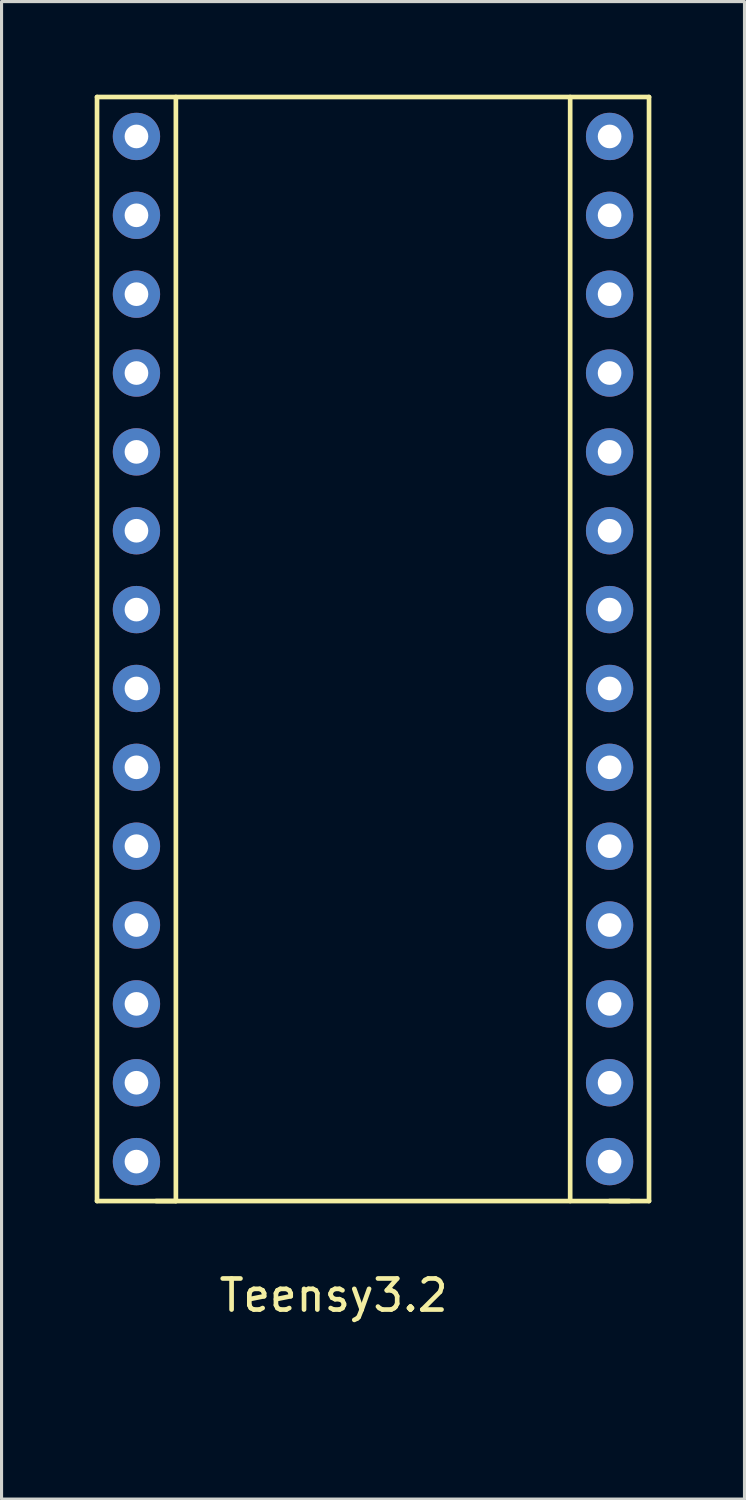
<source format=kicad_pcb>
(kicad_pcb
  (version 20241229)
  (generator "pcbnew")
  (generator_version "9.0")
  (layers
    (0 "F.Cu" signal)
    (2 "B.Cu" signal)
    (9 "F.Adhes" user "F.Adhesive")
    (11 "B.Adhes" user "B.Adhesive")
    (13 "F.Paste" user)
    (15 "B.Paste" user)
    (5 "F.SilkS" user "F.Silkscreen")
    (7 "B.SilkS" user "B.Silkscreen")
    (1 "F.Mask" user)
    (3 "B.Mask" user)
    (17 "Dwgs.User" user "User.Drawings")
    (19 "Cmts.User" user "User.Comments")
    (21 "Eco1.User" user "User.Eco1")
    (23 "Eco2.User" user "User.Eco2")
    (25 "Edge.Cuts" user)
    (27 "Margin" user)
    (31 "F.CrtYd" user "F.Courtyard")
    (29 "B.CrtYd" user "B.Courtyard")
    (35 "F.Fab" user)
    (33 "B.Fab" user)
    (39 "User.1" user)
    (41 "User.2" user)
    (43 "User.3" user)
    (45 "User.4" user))
  (footprint "Teensy3.2"
    (layer "F.Cu")
    (at 8.965 41.985)
    (property "Reference" "Teensy3.2" (at -1.27 -3.31 0) (layer "F.SilkS") (effects (font (size 1 1) (thickness 0.15))))
    (attr through_hole)
    (fp_line (start -8.89 -41.91) (end 8.89 -41.91) (stroke (width 0.15) (type solid)) (layer "F.SilkS"))
    (fp_line (start -8.89 -6.35) (end -8.89 -41.91) (stroke (width 0.15) (type solid)) (layer "F.SilkS"))
    (fp_line (start -6.35 -41.91) (end -6.35 -6.35) (stroke (width 0.15) (type solid)) (layer "F.SilkS"))
    (fp_line (start -6.35 -6.35) (end -6.985 -6.35) (stroke (width 0.15) (type solid)) (layer "F.SilkS"))
    (fp_line (start 6.35 -6.35) (end 6.35 -41.91) (stroke (width 0.15) (type solid)) (layer "F.SilkS"))
    (fp_line (start 8.255 -6.35) (end -8.89 -6.35) (stroke (width 0.15) (type solid)) (layer "F.SilkS"))
    (fp_line (start 8.89 -41.91) (end 8.89 -6.35) (stroke (width 0.15) (type solid)) (layer "F.SilkS"))
    (fp_line (start 8.89 -6.35) (end 7.62 -6.35) (stroke (width 0.15) (type solid)) (layer "F.SilkS"))
    (pad "0" thru_hole circle (at -7.62 -7.62) (size 1.524 1.524) (drill 0.762) (layers "*.Cu" "*.Mask"))
    (pad "1" thru_hole circle (at -7.62 -10.16) (size 1.524 1.524) (drill 0.762) (layers "*.Cu" "*.Mask"))
    (pad "2" thru_hole circle (at -7.62 -12.7) (size 1.524 1.524) (drill 0.762) (layers "*.Cu" "*.Mask"))
    (pad "3" thru_hole circle (at -7.62 -15.24) (size 1.524 1.524) (drill 0.762) (layers "*.Cu" "*.Mask"))
    (pad "4" thru_hole circle (at -7.62 -17.78) (size 1.524 1.524) (drill 0.762) (layers "*.Cu" "*.Mask"))
    (pad "5" thru_hole circle (at -7.62 -20.32) (size 1.524 1.524) (drill 0.762) (layers "*.Cu" "*.Mask"))
    (pad "6" thru_hole circle (at -7.62 -22.86) (size 1.524 1.524) (drill 0.762) (layers "*.Cu" "*.Mask"))
    (pad "7" thru_hole circle (at -7.62 -25.4) (size 1.524 1.524) (drill 0.762) (layers "*.Cu" "*.Mask"))
    (pad "8" thru_hole circle (at -7.62 -27.94) (size 1.524 1.524) (drill 0.762) (layers "*.Cu" "*.Mask"))
    (pad "9" thru_hole circle (at -7.62 -30.48) (size 1.524 1.524) (drill 0.762) (layers "*.Cu" "*.Mask"))
    (pad "10" thru_hole circle (at -7.62 -33.02) (size 1.524 1.524) (drill 0.762) (layers "*.Cu" "*.Mask"))
    (pad "11" thru_hole circle (at -7.62 -35.56) (size 1.524 1.524) (drill 0.762) (layers "*.Cu" "*.Mask"))
    (pad "12" thru_hole circle (at -7.62 -38.1) (size 1.524 1.524) (drill 0.762) (layers "*.Cu" "*.Mask"))
    (pad "13" thru_hole circle (at -7.62 -40.64) (size 1.524 1.524) (drill 0.762) (layers "*.Cu" "*.Mask"))
    (pad "14" thru_hole circle (at 7.62 -40.64) (size 1.524 1.524) (drill 0.762) (layers "*.Cu" "*.Mask"))
    (pad "15" thru_hole circle (at 7.62 -38.1) (size 1.524 1.524) (drill 0.762) (layers "*.Cu" "*.Mask"))
    (pad "16" thru_hole circle (at 7.62 -35.56) (size 1.524 1.524) (drill 0.762) (layers "*.Cu" "*.Mask"))
    (pad "17" thru_hole circle (at 7.62 -33.02) (size 1.524 1.524) (drill 0.762) (layers "*.Cu" "*.Mask"))
    (pad "18" thru_hole circle (at 7.62 -30.48) (size 1.524 1.524) (drill 0.762) (layers "*.Cu" "*.Mask"))
    (pad "19" thru_hole circle (at 7.62 -27.94) (size 1.524 1.524) (drill 0.762) (layers "*.Cu" "*.Mask"))
    (pad "20" thru_hole circle (at 7.62 -25.4) (size 1.524 1.524) (drill 0.762) (layers "*.Cu" "*.Mask"))
    (pad "21" thru_hole circle (at 7.62 -22.86) (size 1.524 1.524) (drill 0.762) (layers "*.Cu" "*.Mask"))
    (pad "22" thru_hole circle (at 7.62 -20.32) (size 1.524 1.524) (drill 0.762) (layers "*.Cu" "*.Mask"))
    (pad "23" thru_hole circle (at 7.62 -17.78) (size 1.524 1.524) (drill 0.762) (layers "*.Cu" "*.Mask"))
    (pad "24" thru_hole circle (at 7.62 -15.24) (size 1.524 1.524) (drill 0.762) (layers "*.Cu" "*.Mask"))
    (pad "25" thru_hole circle (at 7.62 -12.7) (size 1.524 1.524) (drill 0.762) (layers "*.Cu" "*.Mask"))
    (pad "26" thru_hole circle (at 7.62 -10.16) (size 1.524 1.524) (drill 0.762) (layers "*.Cu" "*.Mask"))
    (pad "27" thru_hole circle (at 7.62 -7.62) (size 1.524 1.524) (drill 0.762) (layers "*.Cu" "*.Mask")))
  (gr_rect
    (start -3 -3)
    (end 20.93 45.235)
    (stroke (width 0.1) (type default))
    (fill no)
    (layer "Edge.Cuts")))
</source>
